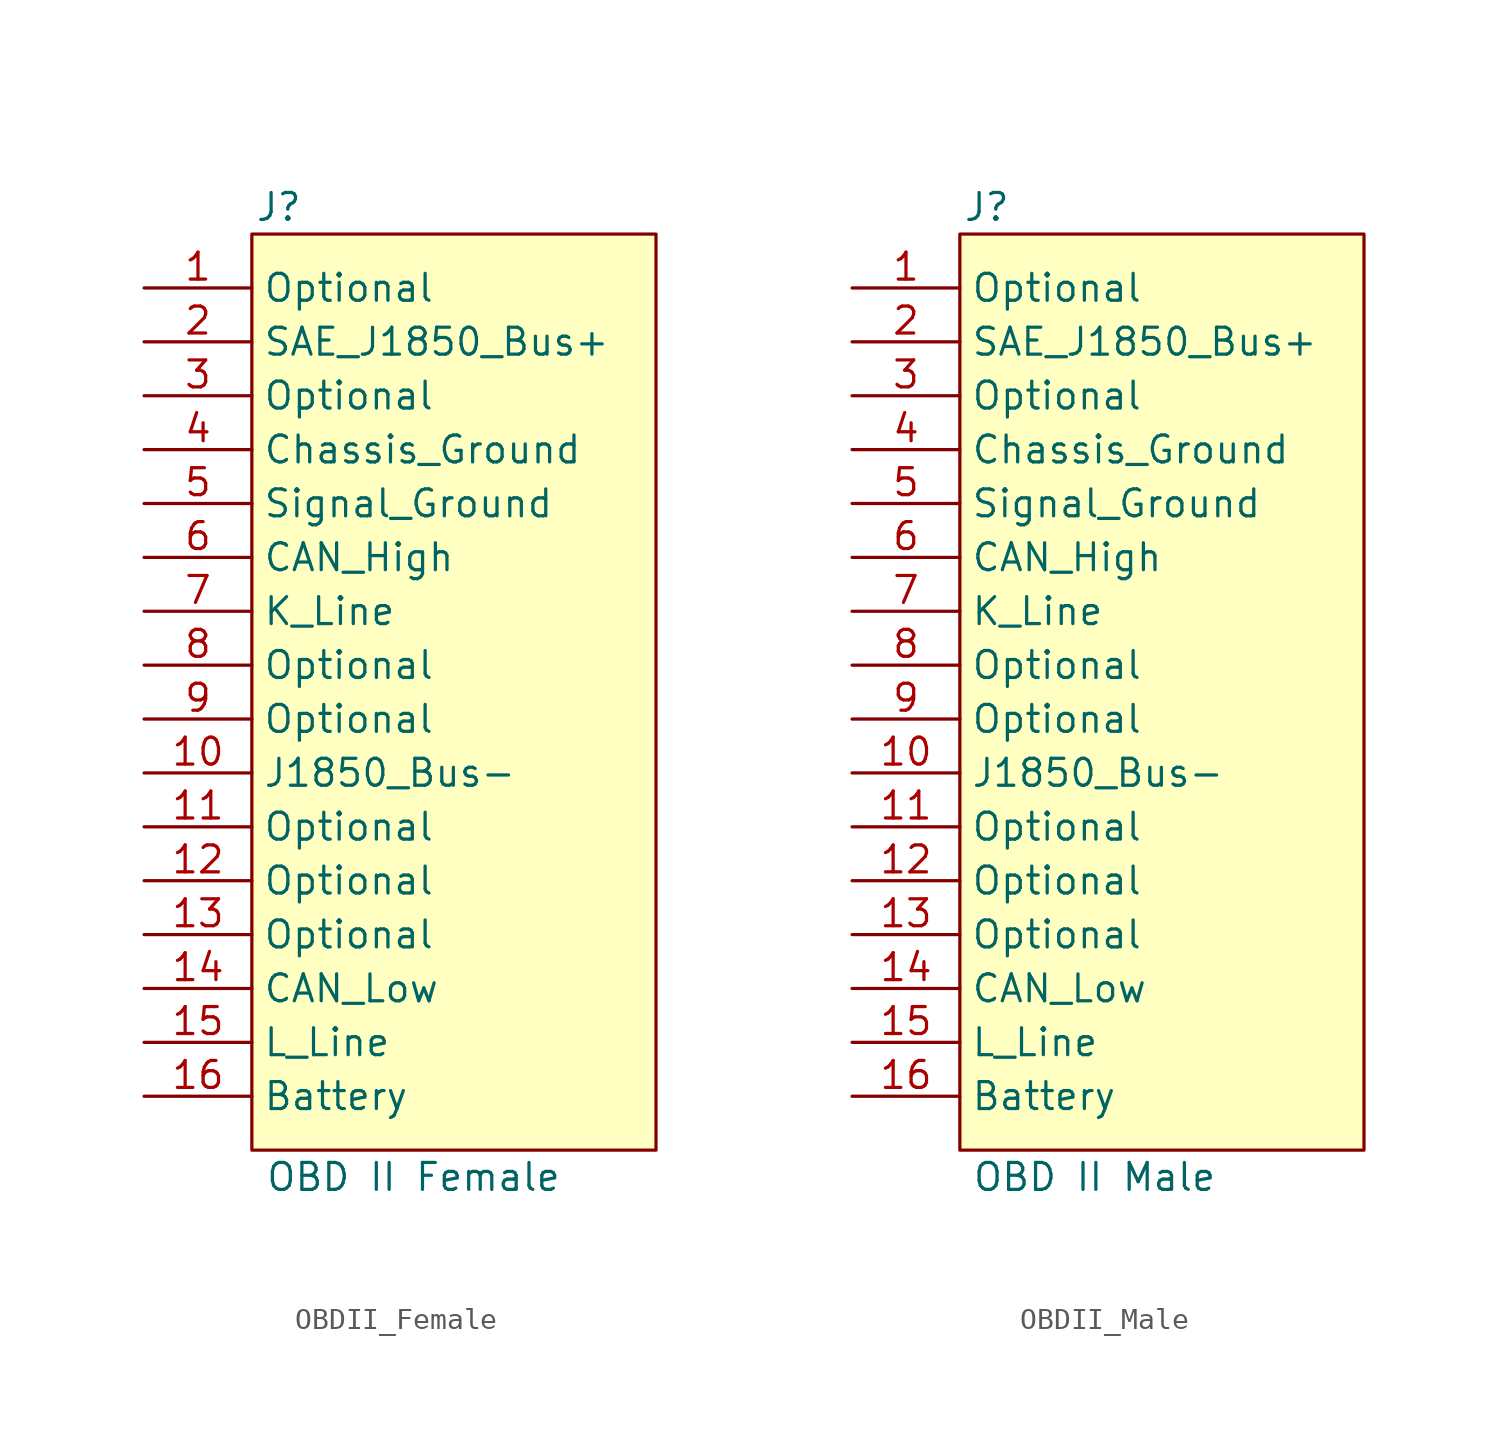
<source format=kicad_sym>
(kicad_symbol_lib
  (version 20220914)
  (generator kicad_symbol_editor)
  (symbol "OBDII_Female"
    (property "Reference" "J"
      (at 6.35 3.81 0)
      (effects (font (size 1.27 1.27))))
    (property "Value" "OBD II Female"
      (at 12.7 -41.91 0)
      (effects (font (size 1.27 1.27))))
    (symbol "OBDII_Female_1_1"
      (rectangle (start 5.08 2.54) (end 24.13 -40.64) (stroke (width 0) (type default)) (fill (type background)))
      (pin passive line (at 0 0 0) (length 5.08) (name "Optional" (effects (font (size 1.27 1.27)))) (number "1" (effects (font (size 1.27 1.27)))))
      (pin passive line (at 0 -22.86 0) (length 5.08) (name "J1850_Bus-" (effects (font (size 1.27 1.27)))) (number "10" (effects (font (size 1.27 1.27)))))
      (pin passive line (at 0 -25.4 0) (length 5.08) (name "Optional" (effects (font (size 1.27 1.27)))) (number "11" (effects (font (size 1.27 1.27)))))
      (pin passive line (at 0 -27.94 0) (length 5.08) (name "Optional" (effects (font (size 1.27 1.27)))) (number "12" (effects (font (size 1.27 1.27)))))
      (pin passive line (at 0 -30.48 0) (length 5.08) (name "Optional" (effects (font (size 1.27 1.27)))) (number "13" (effects (font (size 1.27 1.27)))))
      (pin passive line (at 0 -33.02 0) (length 5.08) (name "CAN_Low" (effects (font (size 1.27 1.27)))) (number "14" (effects (font (size 1.27 1.27)))))
      (pin passive line (at 0 -35.56 0) (length 5.08) (name "L_Line" (effects (font (size 1.27 1.27)))) (number "15" (effects (font (size 1.27 1.27)))))
      (pin passive line (at 0 -38.1 0) (length 5.08) (name "Battery" (effects (font (size 1.27 1.27)))) (number "16" (effects (font (size 1.27 1.27)))))
      (pin passive line (at 0 -2.54 0) (length 5.08) (name "SAE_J1850_Bus+" (effects (font (size 1.27 1.27)))) (number "2" (effects (font (size 1.27 1.27)))))
      (pin passive line (at 0 -5.08 0) (length 5.08) (name "Optional" (effects (font (size 1.27 1.27)))) (number "3" (effects (font (size 1.27 1.27)))))
      (pin passive line (at 0 -7.62 0) (length 5.08) (name "Chassis_Ground" (effects (font (size 1.27 1.27)))) (number "4" (effects (font (size 1.27 1.27)))))
      (pin passive line (at 0 -10.16 0) (length 5.08) (name "Signal_Ground" (effects (font (size 1.27 1.27)))) (number "5" (effects (font (size 1.27 1.27)))))
      (pin passive line (at 0 -12.7 0) (length 5.08) (name "CAN_High" (effects (font (size 1.27 1.27)))) (number "6" (effects (font (size 1.27 1.27)))))
      (pin passive line (at 0 -15.24 0) (length 5.08) (name "K_Line" (effects (font (size 1.27 1.27)))) (number "7" (effects (font (size 1.27 1.27)))))
      (pin passive line (at 0 -17.78 0) (length 5.08) (name "Optional" (effects (font (size 1.27 1.27)))) (number "8" (effects (font (size 1.27 1.27)))))
      (pin passive line (at 0 -20.32 0) (length 5.08) (name "Optional" (effects (font (size 1.27 1.27)))) (number "9" (effects (font (size 1.27 1.27)))))))
  (symbol "OBDII_Male"
    (property "Reference" "J"
      (at 6.35 3.81 0)
      (effects (font (size 1.27 1.27))))
    (property "Value" "OBD II Male"
      (at 11.43 -41.91 0)
      (effects (font (size 1.27 1.27))))
    (symbol "OBDII_Male_1_1"
      (rectangle (start 5.08 2.54) (end 24.13 -40.64) (stroke (width 0) (type default)) (fill (type background)))
      (pin passive line (at 0 0 0) (length 5.08) (name "Optional" (effects (font (size 1.27 1.27)))) (number "1" (effects (font (size 1.27 1.27)))))
      (pin passive line (at 0 -22.86 0) (length 5.08) (name "J1850_Bus-" (effects (font (size 1.27 1.27)))) (number "10" (effects (font (size 1.27 1.27)))))
      (pin passive line (at 0 -25.4 0) (length 5.08) (name "Optional" (effects (font (size 1.27 1.27)))) (number "11" (effects (font (size 1.27 1.27)))))
      (pin passive line (at 0 -27.94 0) (length 5.08) (name "Optional" (effects (font (size 1.27 1.27)))) (number "12" (effects (font (size 1.27 1.27)))))
      (pin passive line (at 0 -30.48 0) (length 5.08) (name "Optional" (effects (font (size 1.27 1.27)))) (number "13" (effects (font (size 1.27 1.27)))))
      (pin passive line (at 0 -33.02 0) (length 5.08) (name "CAN_Low" (effects (font (size 1.27 1.27)))) (number "14" (effects (font (size 1.27 1.27)))))
      (pin passive line (at 0 -35.56 0) (length 5.08) (name "L_Line" (effects (font (size 1.27 1.27)))) (number "15" (effects (font (size 1.27 1.27)))))
      (pin passive line (at 0 -38.1 0) (length 5.08) (name "Battery" (effects (font (size 1.27 1.27)))) (number "16" (effects (font (size 1.27 1.27)))))
      (pin passive line (at 0 -2.54 0) (length 5.08) (name "SAE_J1850_Bus+" (effects (font (size 1.27 1.27)))) (number "2" (effects (font (size 1.27 1.27)))))
      (pin passive line (at 0 -5.08 0) (length 5.08) (name "Optional" (effects (font (size 1.27 1.27)))) (number "3" (effects (font (size 1.27 1.27)))))
      (pin passive line (at 0 -7.62 0) (length 5.08) (name "Chassis_Ground" (effects (font (size 1.27 1.27)))) (number "4" (effects (font (size 1.27 1.27)))))
      (pin passive line (at 0 -10.16 0) (length 5.08) (name "Signal_Ground" (effects (font (size 1.27 1.27)))) (number "5" (effects (font (size 1.27 1.27)))))
      (pin passive line (at 0 -12.7 0) (length 5.08) (name "CAN_High" (effects (font (size 1.27 1.27)))) (number "6" (effects (font (size 1.27 1.27)))))
      (pin passive line (at 0 -15.24 0) (length 5.08) (name "K_Line" (effects (font (size 1.27 1.27)))) (number "7" (effects (font (size 1.27 1.27)))))
      (pin passive line (at 0 -17.78 0) (length 5.08) (name "Optional" (effects (font (size 1.27 1.27)))) (number "8" (effects (font (size 1.27 1.27)))))
      (pin passive line (at 0 -20.32 0) (length 5.08) (name "Optional" (effects (font (size 1.27 1.27)))) (number "9" (effects (font (size 1.27 1.27))))))))
</source>
